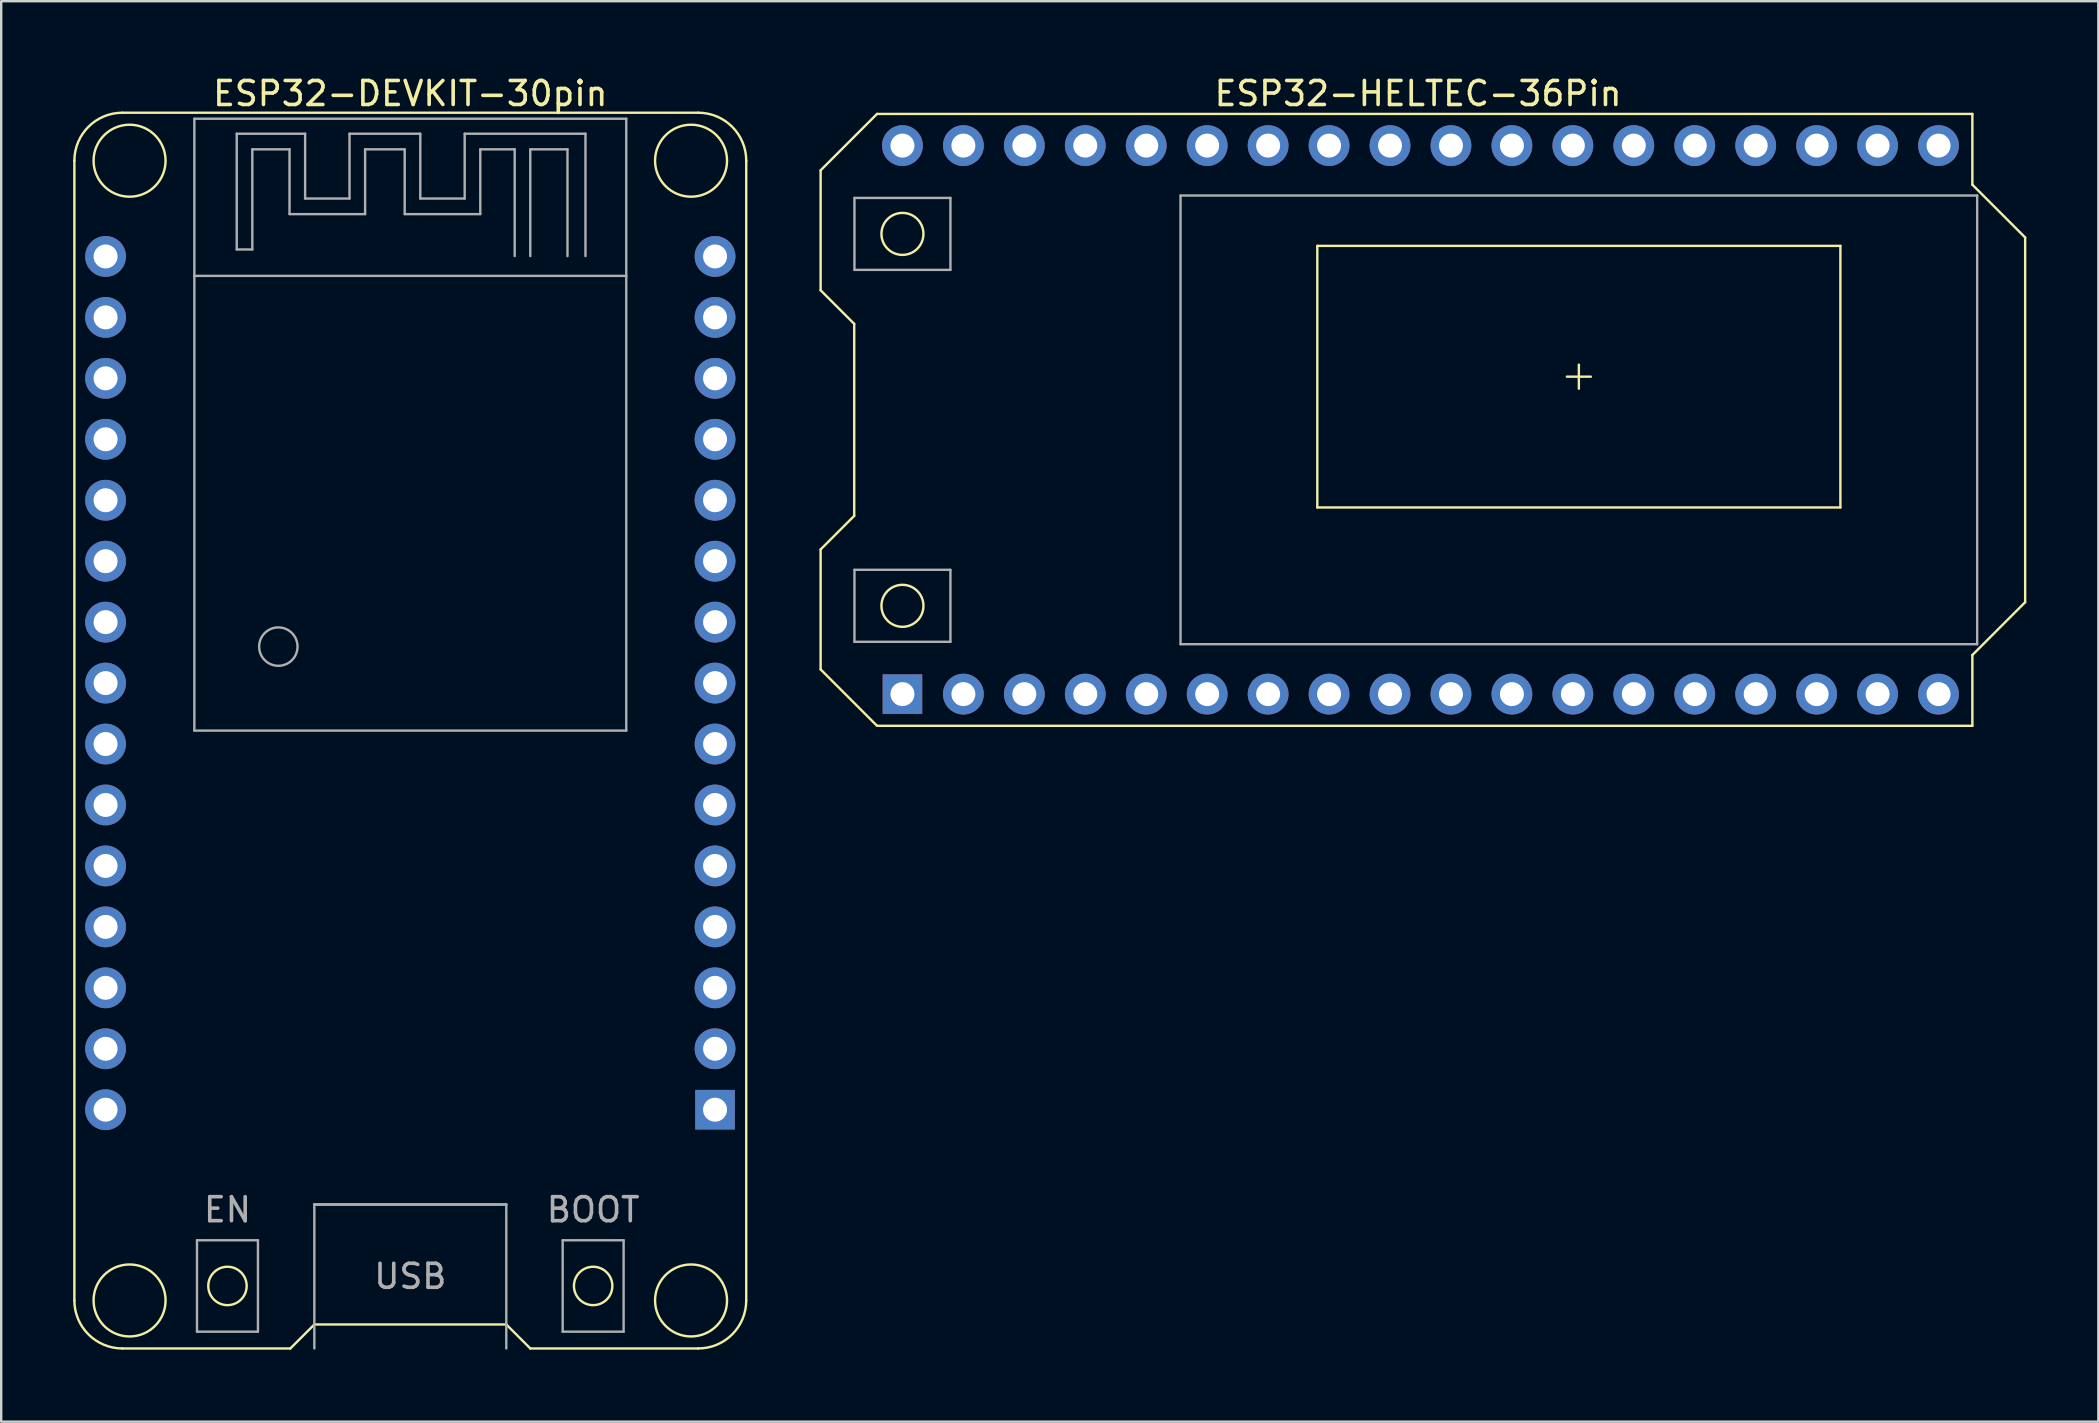
<source format=kicad_pcb>
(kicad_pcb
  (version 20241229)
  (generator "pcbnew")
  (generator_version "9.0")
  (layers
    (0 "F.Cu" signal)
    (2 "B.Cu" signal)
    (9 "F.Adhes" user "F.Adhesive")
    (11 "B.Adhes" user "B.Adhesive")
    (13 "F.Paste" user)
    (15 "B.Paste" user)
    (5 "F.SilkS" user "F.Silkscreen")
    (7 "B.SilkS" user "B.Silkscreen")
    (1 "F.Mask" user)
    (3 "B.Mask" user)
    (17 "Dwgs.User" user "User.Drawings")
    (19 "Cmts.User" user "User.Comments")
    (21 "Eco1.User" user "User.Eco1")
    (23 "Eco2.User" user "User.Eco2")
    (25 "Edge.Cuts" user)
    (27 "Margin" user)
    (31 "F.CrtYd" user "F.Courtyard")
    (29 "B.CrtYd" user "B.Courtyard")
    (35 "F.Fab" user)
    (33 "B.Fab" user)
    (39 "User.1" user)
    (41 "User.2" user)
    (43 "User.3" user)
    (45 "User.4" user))
  (footprint "ESP32-DEVKIT-30pin"
    (layer "F.Cu")
    (at 14.05 24.148)
    (property "Reference" "ESP32-DEVKIT-30pin" (at 0 -23.3 0) (layer "F.SilkS") (effects (font (size 1 1) (thickness 0.15))))
    (attr through_hole)
    (fp_line (start -14 -20.5) (end -14 27) (stroke (width 0.1) (type solid)) (layer "F.SilkS"))
    (fp_line (start -12 -22.5) (end 12 -22.5) (stroke (width 0.1) (type solid)) (layer "F.SilkS"))
    (fp_line (start -12 29) (end -5 29) (stroke (width 0.1) (type solid)) (layer "F.SilkS"))
    (fp_line (start -5 29) (end -4 28) (stroke (width 0.1) (type solid)) (layer "F.SilkS"))
    (fp_line (start -4 28) (end 4 28) (stroke (width 0.1) (type solid)) (layer "F.SilkS"))
    (fp_line (start 4 28) (end 5 29) (stroke (width 0.1) (type solid)) (layer "F.SilkS"))
    (fp_line (start 5 29) (end 12 29) (stroke (width 0.1) (type solid)) (layer "F.SilkS"))
    (fp_line (start 14 27) (end 14 -20.5) (stroke (width 0.1) (type solid)) (layer "F.SilkS"))
    (fp_arc (start -14 -20.5) (mid -13.414214 -21.914214) (end -12 -22.5) (stroke (width 0.1) (type solid)) (layer "F.SilkS"))
    (fp_arc (start -12 29) (mid -13.414214 28.414214) (end -14 27) (stroke (width 0.1) (type solid)) (layer "F.SilkS"))
    (fp_arc (start 12 -22.5) (mid 13.414214 -21.914214) (end 14 -20.5) (stroke (width 0.1) (type solid)) (layer "F.SilkS"))
    (fp_arc (start 14 27) (mid 13.414214 28.414214) (end 12 29) (stroke (width 0.1) (type solid)) (layer "F.SilkS"))
    (fp_circle (center -11.7 -20.5) (end -10.2 -20.5) (stroke (width 0.1) (type solid)) (fill no) (layer "F.SilkS"))
    (fp_circle (center -11.7 27) (end -10.2 27) (stroke (width 0.1) (type solid)) (fill no) (layer "F.SilkS"))
    (fp_circle (center -7.62 26.395) (end -6.82 26.395) (stroke (width 0.1) (type solid)) (fill no) (layer "F.SilkS"))
    (fp_circle (center 7.62 26.395) (end 8.42 26.395) (stroke (width 0.1) (type solid)) (fill no) (layer "F.SilkS"))
    (fp_circle (center 11.7 -20.5) (end 13.2 -20.5) (stroke (width 0.1) (type solid)) (fill no) (layer "F.SilkS"))
    (fp_circle (center 11.7 27) (end 13.2 27) (stroke (width 0.1) (type solid)) (fill no) (layer "F.SilkS"))
    (fp_line (start -9 -22.25) (end -9 3.25) (stroke (width 0.1) (type solid)) (layer "F.Fab"))
    (fp_line (start -9 -22.25) (end 9 -22.25) (stroke (width 0.1) (type solid)) (layer "F.Fab"))
    (fp_line (start -9 -15.7) (end 9 -15.7) (stroke (width 0.1) (type solid)) (layer "F.Fab"))
    (fp_line (start -9 3.25) (end 9 3.25) (stroke (width 0.1) (type solid)) (layer "F.Fab"))
    (fp_line (start -8.89 24.49) (end -6.35 24.49) (stroke (width 0.1) (type solid)) (layer "F.Fab"))
    (fp_line (start -8.89 28.3) (end -8.89 24.49) (stroke (width 0.1) (type solid)) (layer "F.Fab"))
    (fp_line (start -7.234 -21.625) (end -7.234 -16.802) (stroke (width 0.1) (type solid)) (layer "F.Fab"))
    (fp_line (start -7.234 -21.625) (end -4.384 -21.625) (stroke (width 0.1) (type solid)) (layer "F.Fab"))
    (fp_line (start -7.234 -16.802) (end -6.584 -16.802) (stroke (width 0.1) (type solid)) (layer "F.Fab"))
    (fp_line (start -6.584 -20.975) (end -6.584 -16.802) (stroke (width 0.1) (type solid)) (layer "F.Fab"))
    (fp_line (start -6.584 -20.975) (end -5.034 -20.975) (stroke (width 0.1) (type solid)) (layer "F.Fab"))
    (fp_line (start -6.35 24.49) (end -6.35 28.3) (stroke (width 0.1) (type solid)) (layer "F.Fab"))
    (fp_line (start -6.35 28.3) (end -8.89 28.3) (stroke (width 0.1) (type solid)) (layer "F.Fab"))
    (fp_line (start -5.034 -20.975) (end -5.034 -18.275) (stroke (width 0.1) (type solid)) (layer "F.Fab"))
    (fp_line (start -5.034 -18.275) (end -1.884 -18.275) (stroke (width 0.1) (type solid)) (layer "F.Fab"))
    (fp_line (start -4.384 -21.625) (end -4.384 -18.925) (stroke (width 0.1) (type solid)) (layer "F.Fab"))
    (fp_line (start -4.384 -18.925) (end -2.534 -18.925) (stroke (width 0.1) (type solid)) (layer "F.Fab"))
    (fp_line (start -4 23) (end -4 29) (stroke (width 0.1) (type solid)) (layer "F.Fab"))
    (fp_line (start -4 23) (end 4 23) (stroke (width 0.12) (type solid)) (layer "F.Fab"))
    (fp_line (start -2.534 -21.625) (end -2.534 -18.925) (stroke (width 0.1) (type solid)) (layer "F.Fab"))
    (fp_line (start -2.534 -21.625) (end 0.416 -21.625) (stroke (width 0.1) (type solid)) (layer "F.Fab"))
    (fp_line (start -1.884 -20.975) (end -1.884 -18.275) (stroke (width 0.1) (type solid)) (layer "F.Fab"))
    (fp_line (start -1.884 -20.975) (end -0.234 -20.975) (stroke (width 0.1) (type solid)) (layer "F.Fab"))
    (fp_line (start -0.234 -20.975) (end -0.234 -18.275) (stroke (width 0.1) (type solid)) (layer "F.Fab"))
    (fp_line (start -0.234 -18.275) (end 2.916 -18.275) (stroke (width 0.1) (type solid)) (layer "F.Fab"))
    (fp_line (start 0.416 -21.625) (end 0.416 -18.925) (stroke (width 0.1) (type solid)) (layer "F.Fab"))
    (fp_line (start 0.416 -18.925) (end 2.266 -18.925) (stroke (width 0.1) (type solid)) (layer "F.Fab"))
    (fp_line (start 2.266 -21.625) (end 2.266 -18.925) (stroke (width 0.1) (type solid)) (layer "F.Fab"))
    (fp_line (start 2.266 -21.625) (end 7.3 -21.625) (stroke (width 0.1) (type solid)) (layer "F.Fab"))
    (fp_line (start 2.916 -20.975) (end 2.916 -18.275) (stroke (width 0.1) (type solid)) (layer "F.Fab"))
    (fp_line (start 2.916 -20.975) (end 4.35 -20.975) (stroke (width 0.1) (type solid)) (layer "F.Fab"))
    (fp_line (start 4 23) (end 4 29) (stroke (width 0.1) (type solid)) (layer "F.Fab"))
    (fp_line (start 4.35 -20.975) (end 4.35 -16.525) (stroke (width 0.1) (type solid)) (layer "F.Fab"))
    (fp_line (start 5 -20.975) (end 5 -16.525) (stroke (width 0.1) (type solid)) (layer "F.Fab"))
    (fp_line (start 5 -20.975) (end 6.55 -20.975) (stroke (width 0.1) (type solid)) (layer "F.Fab"))
    (fp_line (start 6.35 24.49) (end 8.89 24.49) (stroke (width 0.1) (type solid)) (layer "F.Fab"))
    (fp_line (start 6.35 28.3) (end 6.35 24.49) (stroke (width 0.1) (type solid)) (layer "F.Fab"))
    (fp_line (start 6.55 -20.975) (end 6.55 -16.525) (stroke (width 0.1) (type solid)) (layer "F.Fab"))
    (fp_line (start 7.3 -21.625) (end 7.3 -16.525) (stroke (width 0.1) (type solid)) (layer "F.Fab"))
    (fp_line (start 8.89 24.49) (end 8.89 28.3) (stroke (width 0.1) (type solid)) (layer "F.Fab"))
    (fp_line (start 8.89 28.3) (end 6.35 28.3) (stroke (width 0.1) (type solid)) (layer "F.Fab"))
    (fp_line (start 9 3.25) (end 9 -22.25) (stroke (width 0.1) (type solid)) (layer "F.Fab"))
    (fp_circle (center -5.5 -0.25) (end -4.7 -0.25) (stroke (width 0.1) (type solid)) (fill no) (layer "F.Fab"))
    (fp_text user "EN" (at -7.62 23.22 0) (layer "F.Fab") (effects (font (size 1 1) (thickness 0.15))))
    (fp_text user "USB" (at 0 25.995 0) (layer "F.Fab") (effects (font (size 1 1) (thickness 0.15))))
    (fp_text user "BOOT" (at 7.62 23.22 0) (layer "F.Fab") (effects (font (size 1 1) (thickness 0.15))))
    (pad "1" thru_hole rect (at 12.7 19.05 180) (size 1.65 1.65) (drill 1) (layers "*.Cu" "*.Mask"))
    (pad "2" thru_hole circle (at 12.7 16.51 180) (size 1.7 1.7) (drill 1) (layers "*.Cu" "*.Mask"))
    (pad "3" thru_hole circle (at 12.7 13.97 180) (size 1.7 1.7) (drill 1) (layers "*.Cu" "*.Mask"))
    (pad "4" thru_hole circle (at 12.7 11.43 180) (size 1.7 1.7) (drill 1) (layers "*.Cu" "*.Mask"))
    (pad "5" thru_hole circle (at 12.7 8.89 180) (size 1.7 1.7) (drill 1) (layers "*.Cu" "*.Mask"))
    (pad "6" thru_hole circle (at 12.7 6.35 180) (size 1.7 1.7) (drill 1) (layers "*.Cu" "*.Mask"))
    (pad "7" thru_hole circle (at 12.7 3.81 180) (size 1.7 1.7) (drill 1) (layers "*.Cu" "*.Mask"))
    (pad "8" thru_hole circle (at 12.7 1.27 180) (size 1.7 1.7) (drill 1) (layers "*.Cu" "*.Mask"))
    (pad "9" thru_hole circle (at 12.7 -1.27 270) (size 1.7 1.7) (drill 1) (layers "*.Cu" "*.Mask"))
    (pad "10" thru_hole circle (at 12.7 -3.81 180) (size 1.7 1.7) (drill 1) (layers "*.Cu" "*.Mask"))
    (pad "11" thru_hole circle (at 12.7 -6.35 180) (size 1.7 1.7) (drill 1) (layers "*.Cu" "*.Mask"))
    (pad "12" thru_hole circle (at 12.7 -8.89 180) (size 1.7 1.7) (drill 1) (layers "*.Cu" "*.Mask"))
    (pad "13" thru_hole circle (at 12.7 -11.43 180) (size 1.7 1.7) (drill 1) (layers "*.Cu" "*.Mask"))
    (pad "14" thru_hole circle (at 12.7 -13.97 180) (size 1.7 1.7) (drill 1) (layers "*.Cu" "*.Mask"))
    (pad "15" thru_hole circle (at 12.7 -16.51 180) (size 1.7 1.7) (drill 1) (layers "*.Cu" "*.Mask"))
    (pad "16" thru_hole circle (at -12.7 -16.51 180) (size 1.7 1.7) (drill 1) (layers "*.Cu" "*.Mask"))
    (pad "17" thru_hole circle (at -12.7 -13.97 180) (size 1.7 1.7) (drill 1) (layers "*.Cu" "*.Mask"))
    (pad "18" thru_hole circle (at -12.7 -11.43 180) (size 1.7 1.7) (drill 1) (layers "*.Cu" "*.Mask"))
    (pad "19" thru_hole circle (at -12.7 -8.89 180) (size 1.7 1.7) (drill 1) (layers "*.Cu" "*.Mask"))
    (pad "20" thru_hole circle (at -12.7 -6.35 180) (size 1.7 1.7) (drill 1) (layers "*.Cu" "*.Mask"))
    (pad "21" thru_hole circle (at -12.7 -3.81 180) (size 1.7 1.7) (drill 1) (layers "*.Cu" "*.Mask"))
    (pad "22" thru_hole circle (at -12.7 -1.27 180) (size 1.7 1.7) (drill 1) (layers "*.Cu" "*.Mask"))
    (pad "23" thru_hole circle (at -12.7 1.27 180) (size 1.7 1.7) (drill 1) (layers "*.Cu" "*.Mask"))
    (pad "24" thru_hole circle (at -12.7 3.81 180) (size 1.7 1.7) (drill 1) (layers "*.Cu" "*.Mask"))
    (pad "25" thru_hole circle (at -12.7 6.35 180) (size 1.7 1.7) (drill 1) (layers "*.Cu" "*.Mask"))
    (pad "26" thru_hole circle (at -12.7 8.89 180) (size 1.7 1.7) (drill 1) (layers "*.Cu" "*.Mask"))
    (pad "27" thru_hole circle (at -12.7 11.43 180) (size 1.7 1.7) (drill 1) (layers "*.Cu" "*.Mask"))
    (pad "28" thru_hole circle (at -12.7 13.97 180) (size 1.7 1.7) (drill 1) (layers "*.Cu" "*.Mask"))
    (pad "29" thru_hole circle (at -12.7 16.51 180) (size 1.7 1.7) (drill 1) (layers "*.Cu" "*.Mask"))
    (pad "30" thru_hole circle (at -12.7 19.05 180) (size 1.7 1.7) (drill 1) (layers "*.Cu" "*.Mask")))
  (footprint "ESP32-HELTEC-36Pin"
    (layer "F.Cu")
    (at 56.15 14.448)
    (property "Reference" "ESP32-HELTEC-36Pin" (at -0.1 -13.6 0) (layer "F.SilkS") (effects (font (size 1 1) (thickness 0.15))))
    (attr through_hole)
    (fp_line (start -25 -10.4) (end -22.65 -12.75) (stroke (width 0.1) (type solid)) (layer "F.SilkS"))
    (fp_line (start -25 -5.4) (end -25 -10.4) (stroke (width 0.1) (type solid)) (layer "F.SilkS"))
    (fp_line (start -25 10.4) (end -25 5.4) (stroke (width 0.1) (type solid)) (layer "F.SilkS"))
    (fp_line (start -23.6 -4) (end -25 -5.4) (stroke (width 0.1) (type solid)) (layer "F.SilkS"))
    (fp_line (start -23.6 4) (end -25 5.4) (stroke (width 0.1) (type solid)) (layer "F.SilkS"))
    (fp_line (start -23.6 4) (end -23.6 -4) (stroke (width 0.1) (type solid)) (layer "F.SilkS"))
    (fp_line (start -22.65 -12.75) (end 23 -12.75) (stroke (width 0.1) (type solid)) (layer "F.SilkS"))
    (fp_line (start -22.65 12.75) (end -25 10.4) (stroke (width 0.1) (type solid)) (layer "F.SilkS"))
    (fp_line (start -4.3 -7.25) (end -4.3 3.65) (stroke (width 0.1) (type solid)) (layer "F.SilkS"))
    (fp_line (start -4.3 3.65) (end 17.5 3.65) (stroke (width 0.1) (type solid)) (layer "F.SilkS"))
    (fp_line (start 6.1 -1.8) (end 7.1 -1.8) (stroke (width 0.1) (type solid)) (layer "F.SilkS"))
    (fp_line (start 6.6 -2.3) (end 6.6 -1.3) (stroke (width 0.1) (type solid)) (layer "F.SilkS"))
    (fp_line (start 17.5 -7.25) (end -4.3 -7.25) (stroke (width 0.1) (type solid)) (layer "F.SilkS"))
    (fp_line (start 17.5 -7.25) (end 17.5 3.65) (stroke (width 0.1) (type solid)) (layer "F.SilkS"))
    (fp_line (start 23 -12.75) (end 23 -9.8) (stroke (width 0.1) (type solid)) (layer "F.SilkS"))
    (fp_line (start 23 9.8) (end 23 12.75) (stroke (width 0.1) (type solid)) (layer "F.SilkS"))
    (fp_line (start 23 12.75) (end -22.65 12.75) (stroke (width 0.1) (type solid)) (layer "F.SilkS"))
    (fp_line (start 25.2 -7.6) (end 23 -9.8) (stroke (width 0.1) (type solid)) (layer "F.SilkS"))
    (fp_line (start 25.2 -7.6) (end 25.2 7.6) (stroke (width 0.1) (type solid)) (layer "F.SilkS"))
    (fp_line (start 25.2 7.6) (end 23 9.8) (stroke (width 0.1) (type solid)) (layer "F.SilkS"))
    (fp_circle (center -21.59 -7.75) (end -20.715 -7.75) (stroke (width 0.1) (type solid)) (fill no) (layer "F.SilkS"))
    (fp_circle (center -21.59 7.75) (end -20.715 7.75) (stroke (width 0.1) (type solid)) (fill no) (layer "F.SilkS"))
    (fp_line (start -5.7 -8.25) (end 18.9 -8.25) (stroke (width 0.1) (type solid)) (layer "Eco2.User"))
    (fp_line (start -5.7 8.75) (end -5.7 -8.25) (stroke (width 0.1) (type solid)) (layer "Eco2.User"))
    (fp_line (start -5.7 8.75) (end 18.9 8.75) (stroke (width 0.1) (type solid)) (layer "Eco2.User"))
    (fp_line (start -5.3 -7.75) (end -5.3 4.65) (stroke (width 0.1) (type solid)) (layer "Eco2.User"))
    (fp_line (start -5.3 -7.75) (end 18.5 -7.75) (stroke (width 0.1) (type solid)) (layer "Eco2.User"))
    (fp_line (start -5.3 4.65) (end 18.5 4.65) (stroke (width 0.1) (type solid)) (layer "Eco2.User"))
    (fp_line (start 18.5 -7.75) (end 18.5 4.65) (stroke (width 0.1) (type solid)) (layer "Eco2.User"))
    (fp_line (start 18.9 -8.25) (end 18.9 8.75) (stroke (width 0.1) (type solid)) (layer "Eco2.User"))
    (fp_line (start -23.59 -9.25) (end -23.59 -6.25) (stroke (width 0.1) (type solid)) (layer "F.Fab"))
    (fp_line (start -23.59 -9.25) (end -19.59 -9.25) (stroke (width 0.1) (type solid)) (layer "F.Fab"))
    (fp_line (start -23.59 -6.25) (end -19.59 -6.25) (stroke (width 0.1) (type solid)) (layer "F.Fab"))
    (fp_line (start -23.59 6.25) (end -23.59 9.25) (stroke (width 0.1) (type solid)) (layer "F.Fab"))
    (fp_line (start -23.59 6.25) (end -19.59 6.25) (stroke (width 0.1) (type solid)) (layer "F.Fab"))
    (fp_line (start -23.59 9.25) (end -19.59 9.25) (stroke (width 0.1) (type solid)) (layer "F.Fab"))
    (fp_line (start -19.59 -9.25) (end -19.59 -6.25) (stroke (width 0.1) (type solid)) (layer "F.Fab"))
    (fp_line (start -19.59 6.25) (end -19.59 9.25) (stroke (width 0.1) (type solid)) (layer "F.Fab"))
    (fp_line (start -10 -9.35) (end -10 9.35) (stroke (width 0.1) (type solid)) (layer "F.Fab"))
    (fp_line (start -10 -9.35) (end 23.2 -9.35) (stroke (width 0.1) (type solid)) (layer "F.Fab"))
    (fp_line (start -10 9.35) (end 23.2 9.35) (stroke (width 0.1) (type solid)) (layer "F.Fab"))
    (fp_line (start 23.2 -9.35) (end 23.2 9.35) (stroke (width 0.1) (type solid)) (layer "F.Fab"))
    (fp_text user "Active area (Y tolerance: 1.0mm)" (at -4.2 3.25 0) (layer "Eco2.User") (effects (font (size 0.5 0.5) (thickness 0.075)) (justify left)))
    (fp_text user "View area (approx)" (at -5.2 4.25 0) (layer "Eco2.User") (effects (font (size 0.5 0.5) (thickness 0.075)) (justify left)))
    (fp_text user "Glass pane (approx)" (at -5.6 8.35 0) (layer "Eco2.User") (effects (font (size 0.5 0.5) (thickness 0.075)) (justify left)))
    (pad "1" thru_hole rect (at -21.59 11.43 90) (size 1.65 1.65) (drill 1) (layers "*.Cu" "*.Mask"))
    (pad "2" thru_hole oval (at -19.05 11.43 90) (size 1.7 1.7) (drill 1) (layers "*.Cu" "*.Mask"))
    (pad "3" thru_hole oval (at -16.51 11.43 90) (size 1.7 1.7) (drill 1) (layers "*.Cu" "*.Mask"))
    (pad "4" thru_hole oval (at -13.97 11.43 90) (size 1.7 1.7) (drill 1) (layers "*.Cu" "*.Mask"))
    (pad "5" thru_hole oval (at -11.43 11.43 90) (size 1.7 1.7) (drill 1) (layers "*.Cu" "*.Mask"))
    (pad "6" thru_hole oval (at -8.89 11.43 90) (size 1.7 1.7) (drill 1) (layers "*.Cu" "*.Mask"))
    (pad "7" thru_hole oval (at -6.35 11.43 90) (size 1.7 1.7) (drill 1) (layers "*.Cu" "*.Mask"))
    (pad "8" thru_hole oval (at -3.81 11.43 90) (size 1.7 1.7) (drill 1) (layers "*.Cu" "*.Mask"))
    (pad "9" thru_hole oval (at -1.27 11.43 90) (size 1.7 1.7) (drill 1) (layers "*.Cu" "*.Mask"))
    (pad "10" thru_hole oval (at 1.27 11.43 90) (size 1.7 1.7) (drill 1) (layers "*.Cu" "*.Mask"))
    (pad "11" thru_hole oval (at 3.81 11.43 90) (size 1.7 1.7) (drill 1) (layers "*.Cu" "*.Mask"))
    (pad "12" thru_hole oval (at 6.35 11.43 90) (size 1.7 1.7) (drill 1) (layers "*.Cu" "*.Mask"))
    (pad "13" thru_hole oval (at 8.89 11.43 90) (size 1.7 1.7) (drill 1) (layers "*.Cu" "*.Mask"))
    (pad "14" thru_hole oval (at 11.43 11.43 90) (size 1.7 1.7) (drill 1) (layers "*.Cu" "*.Mask"))
    (pad "15" thru_hole oval (at 13.97 11.43 90) (size 1.7 1.7) (drill 1) (layers "*.Cu" "*.Mask"))
    (pad "16" thru_hole oval (at 16.51 11.43 90) (size 1.7 1.7) (drill 1) (layers "*.Cu" "*.Mask"))
    (pad "17" thru_hole oval (at 19.05 11.43 90) (size 1.7 1.7) (drill 1) (layers "*.Cu" "*.Mask"))
    (pad "18" thru_hole oval (at 21.59 11.43 90) (size 1.7 1.7) (drill 1) (layers "*.Cu" "*.Mask"))
    (pad "19" thru_hole oval (at 21.59 -11.43 270) (size 1.7 1.7) (drill 1) (layers "*.Cu" "*.Mask"))
    (pad "20" thru_hole oval (at 19.05 -11.43 270) (size 1.7 1.7) (drill 1) (layers "*.Cu" "*.Mask"))
    (pad "21" thru_hole oval (at 16.51 -11.43 270) (size 1.7 1.7) (drill 1) (layers "*.Cu" "*.Mask"))
    (pad "22" thru_hole oval (at 13.97 -11.43 270) (size 1.7 1.7) (drill 1) (layers "*.Cu" "*.Mask"))
    (pad "23" thru_hole oval (at 11.43 -11.43 270) (size 1.7 1.7) (drill 1) (layers "*.Cu" "*.Mask"))
    (pad "24" thru_hole oval (at 8.89 -11.43 270) (size 1.7 1.7) (drill 1) (layers "*.Cu" "*.Mask"))
    (pad "25" thru_hole oval (at 6.35 -11.43 270) (size 1.7 1.7) (drill 1) (layers "*.Cu" "*.Mask"))
    (pad "26" thru_hole oval (at 3.81 -11.43 270) (size 1.7 1.7) (drill 1) (layers "*.Cu" "*.Mask"))
    (pad "27" thru_hole oval (at 1.27 -11.43 270) (size 1.7 1.7) (drill 1) (layers "*.Cu" "*.Mask"))
    (pad "28" thru_hole oval (at -1.27 -11.43 270) (size 1.7 1.7) (drill 1) (layers "*.Cu" "*.Mask"))
    (pad "29" thru_hole oval (at -3.81 -11.43 270) (size 1.7 1.7) (drill 1) (layers "*.Cu" "*.Mask"))
    (pad "30" thru_hole oval (at -6.35 -11.43 270) (size 1.7 1.7) (drill 1) (layers "*.Cu" "*.Mask"))
    (pad "31" thru_hole oval (at -8.89 -11.43 270) (size 1.7 1.7) (drill 1) (layers "*.Cu" "*.Mask"))
    (pad "32" thru_hole oval (at -11.43 -11.43 270) (size 1.7 1.7) (drill 1) (layers "*.Cu" "*.Mask"))
    (pad "33" thru_hole oval (at -13.97 -11.43 270) (size 1.7 1.7) (drill 1) (layers "*.Cu" "*.Mask"))
    (pad "34" thru_hole oval (at -16.51 -11.43 270) (size 1.7 1.7) (drill 1) (layers "*.Cu" "*.Mask"))
    (pad "35" thru_hole oval (at -19.05 -11.43 270) (size 1.7 1.7) (drill 1) (layers "*.Cu" "*.Mask"))
    (pad "36" thru_hole oval (at -21.59 -11.43 270) (size 1.7 1.7) (drill 1) (layers "*.Cu" "*.Mask")))
  (gr_rect
    (start -3 -3)
    (end 84.4 56.198)
    (stroke (width 0.1) (type default))
    (fill no)
    (layer "Edge.Cuts")))
</source>
